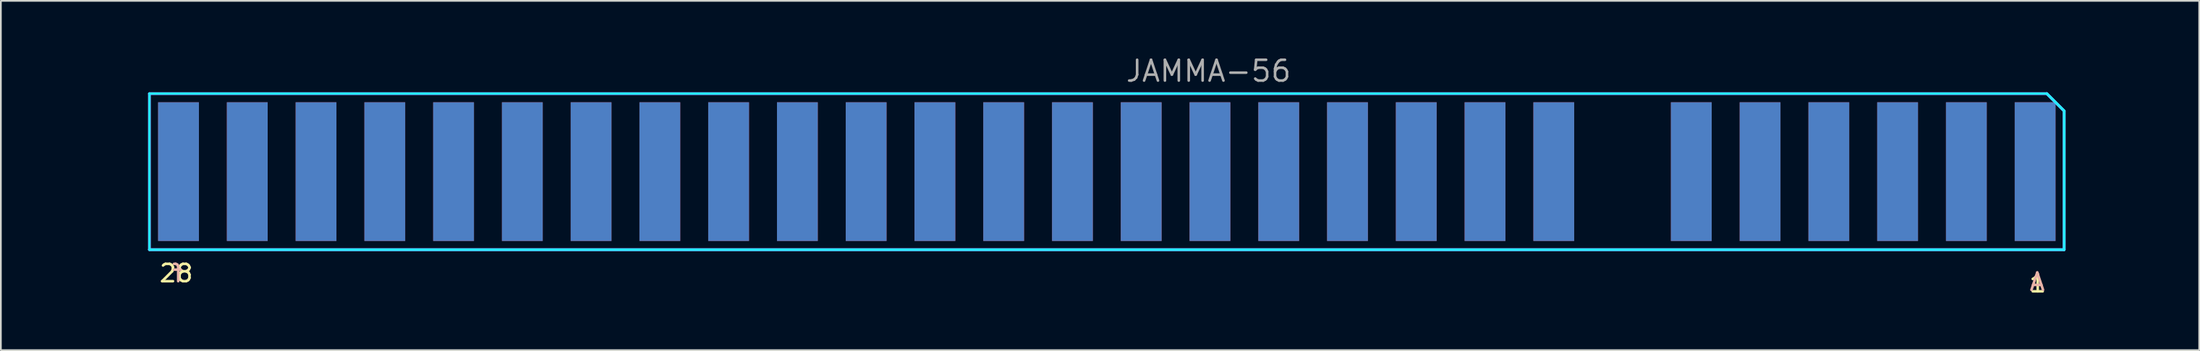
<source format=kicad_pcb>
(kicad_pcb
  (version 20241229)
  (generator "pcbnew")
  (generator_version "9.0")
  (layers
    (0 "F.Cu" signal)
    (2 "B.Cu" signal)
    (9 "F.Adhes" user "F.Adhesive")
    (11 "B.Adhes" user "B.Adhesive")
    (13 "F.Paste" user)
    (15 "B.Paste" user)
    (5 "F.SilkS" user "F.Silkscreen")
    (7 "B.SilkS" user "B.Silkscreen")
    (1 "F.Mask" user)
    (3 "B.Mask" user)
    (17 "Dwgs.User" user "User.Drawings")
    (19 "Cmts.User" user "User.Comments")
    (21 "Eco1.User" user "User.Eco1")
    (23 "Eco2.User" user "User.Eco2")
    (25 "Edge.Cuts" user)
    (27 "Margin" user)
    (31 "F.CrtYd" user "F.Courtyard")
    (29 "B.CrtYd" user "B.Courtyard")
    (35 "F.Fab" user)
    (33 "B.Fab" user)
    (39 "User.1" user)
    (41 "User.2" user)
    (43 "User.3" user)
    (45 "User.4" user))
  (footprint "JAMMA-56"
    (layer "F.Cu")
    (at 114.3 6.8)
    (property "Reference" "JAMMA-56" (at -47.75 -5.75 0) (layer "F.Fab") (effects (font (size 1.2 1.2) (thickness 0.15))))
    (attr through_hole)
    (fp_rect (start -114.25 -6.75) (end 6.25 4) (stroke (width 0.1) (type default)) (fill yes) (layer "F.Mask"))
    (fp_rect (start -114.25 -6.75) (end 6.25 4) (stroke (width 0.1) (type default)) (fill yes) (layer "B.Mask"))
    (fp_line (start -108.745 -4.45) (end 0.525 -4.45) (stroke (width 0.15) (type solid)) (layer "B.CrtYd"))
    (fp_line (start -108.745 4.55) (end -108.745 -4.45) (stroke (width 0.15) (type solid)) (layer "B.CrtYd"))
    (fp_line (start 0.525 -4.45) (end 1.525 -3.45) (stroke (width 0.15) (type solid)) (layer "B.CrtYd"))
    (fp_line (start 0.525 -4.45) (end 1.525 -3.45) (stroke (width 0.15) (type solid)) (layer "B.CrtYd"))
    (fp_line (start 1.525 -3.45) (end 1.525 4.55) (stroke (width 0.15) (type solid)) (layer "B.CrtYd"))
    (fp_line (start 1.525 -3.45) (end 1.525 4.55) (stroke (width 0.15) (type solid)) (layer "B.CrtYd"))
    (fp_line (start 1.525 4.55) (end -108.745 4.55) (stroke (width 0.15) (type solid)) (layer "B.CrtYd"))
    (fp_line (start 1.525 4.55) (end -108.745 4.55) (stroke (width 0.15) (type solid)) (layer "B.CrtYd"))
    (fp_line (start -108.745 -4.45) (end 0.525 -4.45) (stroke (width 0.15) (type solid)) (layer "F.CrtYd"))
    (fp_line (start -108.745 4.55) (end -108.745 -4.45) (stroke (width 0.15) (type solid)) (layer "F.CrtYd"))
    (fp_line (start 0.525 -4.45) (end 1.525 -3.45) (stroke (width 0.15) (type solid)) (layer "F.CrtYd"))
    (fp_line (start 0.525 -4.45) (end 1.525 -3.45) (stroke (width 0.15) (type solid)) (layer "F.CrtYd"))
    (fp_line (start 1.525 -3.45) (end 1.525 4.55) (stroke (width 0.15) (type solid)) (layer "F.CrtYd"))
    (fp_line (start 1.525 -3.45) (end 1.525 4.55) (stroke (width 0.15) (type solid)) (layer "F.CrtYd"))
    (fp_line (start 1.525 4.55) (end -108.745 4.55) (stroke (width 0.15) (type solid)) (layer "F.CrtYd"))
    (fp_line (start 1.525 4.55) (end -108.745 4.55) (stroke (width 0.15) (type solid)) (layer "F.CrtYd"))
    (fp_text user "1" (at 0 6.5 0) (unlocked yes) (layer "F.SilkS") (effects (font (size 1 1) (thickness 0.15))))
    (fp_text user "28" (at -108.25 6.5 0) (unlocked yes) (layer "F.SilkS") (effects (font (size 1 1) (thickness 0.15)) (justify left bottom)))
    (fp_text user "A" (at 0.5 7 0) (unlocked yes) (layer "B.SilkS") (effects (font (size 1 1) (thickness 0.15)) (justify left bottom mirror)))
    (fp_text user "f" (at -106.75 6.5 0) (unlocked yes) (layer "B.SilkS") (effects (font (size 1 1) (thickness 0.15)) (justify left bottom mirror)))
    (pad "1" smd rect (at -0.15 0.05) (size 2.35 8) (layers "*.Mask" "F.Cu"))
    (pad "2" smd rect (at -4.11 0.05) (size 2.35 8) (layers "*.Mask" "F.Cu"))
    (pad "3" smd rect (at -8.07 0.05) (size 2.35 8) (layers "*.Mask" "F.Cu"))
    (pad "4" smd rect (at -12.03 0.05) (size 2.35 8) (layers "*.Mask" "F.Cu"))
    (pad "5" smd rect (at -15.99 0.05) (size 2.35 8) (layers "*.Mask" "F.Cu"))
    (pad "6" smd rect (at -19.95 0.05) (size 2.35 8) (layers "*.Mask" "F.Cu"))
    (pad "8" smd rect (at -27.87 0.05) (size 2.35 8) (layers "*.Mask" "F.Cu"))
    (pad "9" smd rect (at -31.83 0.05) (size 2.35 8) (layers "*.Mask" "F.Cu"))
    (pad "10" smd rect (at -35.79 0.05) (size 2.35 8) (layers "*.Mask" "F.Cu"))
    (pad "11" smd rect (at -39.75 0.05) (size 2.35 8) (layers "*.Mask" "F.Cu"))
    (pad "12" smd rect (at -43.71 0.05) (size 2.35 8) (layers "*.Mask" "F.Cu"))
    (pad "13" smd rect (at -47.67 0.05) (size 2.35 8) (layers "*.Mask" "F.Cu"))
    (pad "14" smd rect (at -51.63 0.05) (size 2.35 8) (layers "*.Mask" "F.Cu"))
    (pad "15" smd rect (at -55.59 0.05) (size 2.35 8) (layers "*.Mask" "F.Cu"))
    (pad "16" smd rect (at -59.55 0.05) (size 2.35 8) (layers "*.Mask" "F.Cu"))
    (pad "17" smd rect (at -63.51 0.05) (size 2.35 8) (layers "*.Mask" "F.Cu"))
    (pad "18" smd rect (at -67.47 0.05) (size 2.35 8) (layers "*.Mask" "F.Cu"))
    (pad "19" smd rect (at -71.43 0.05) (size 2.35 8) (layers "*.Mask" "F.Cu"))
    (pad "20" smd rect (at -75.39 0.05) (size 2.35 8) (layers "*.Mask" "F.Cu"))
    (pad "21" smd rect (at -79.35 0.05) (size 2.35 8) (layers "*.Mask" "F.Cu"))
    (pad "22" smd rect (at -83.31 0.05) (size 2.35 8) (layers "*.Mask" "F.Cu"))
    (pad "23" smd rect (at -87.27 0.05) (size 2.35 8) (layers "*.Mask" "F.Cu"))
    (pad "24" smd rect (at -91.23 0.05) (size 2.35 8) (layers "*.Mask" "F.Cu"))
    (pad "25" smd rect (at -95.19 0.05) (size 2.35 8) (layers "*.Mask" "F.Cu"))
    (pad "26" smd rect (at -99.15 0.05) (size 2.35 8) (layers "*.Mask" "F.Cu"))
    (pad "27" smd rect (at -103.11 0.05) (size 2.35 8) (layers "*.Mask" "F.Cu"))
    (pad "28" smd rect (at -107.07 0.05) (size 2.35 8) (layers "*.Mask" "F.Cu"))
    (pad "A" smd rect (at -0.15 0.05) (size 2.35 8) (layers "*.Mask" "B.Cu"))
    (pad "B" smd rect (at -4.11 0.05) (size 2.35 8) (layers "*.Mask" "B.Cu"))
    (pad "C" smd rect (at -8.07 0.05) (size 2.35 8) (layers "*.Mask" "B.Cu"))
    (pad "D" smd rect (at -12.03 0.05) (size 2.35 8) (layers "*.Mask" "B.Cu"))
    (pad "E" smd rect (at -15.99 0.05) (size 2.35 8) (layers "*.Mask" "B.Cu"))
    (pad "F" smd rect (at -19.95 0.05) (size 2.35 8) (layers "*.Mask" "B.Cu"))
    (pad "J" smd rect (at -27.87 0.05) (size 2.35 8) (layers "*.Mask" "B.Cu"))
    (pad "K" smd rect (at -31.83 0.05) (size 2.35 8) (layers "*.Mask" "B.Cu"))
    (pad "L" smd rect (at -35.79 0.05) (size 2.35 8) (layers "*.Mask" "B.Cu"))
    (pad "M" smd rect (at -39.75 0.05) (size 2.35 8) (layers "*.Mask" "B.Cu"))
    (pad "N" smd rect (at -43.71 0.05) (size 2.35 8) (layers "*.Mask" "B.Cu"))
    (pad "P" smd rect (at -47.67 0.05) (size 2.35 8) (layers "*.Mask" "B.Cu"))
    (pad "R" smd rect (at -51.63 0.05) (size 2.35 8) (layers "*.Mask" "B.Cu"))
    (pad "S" smd rect (at -55.59 0.05) (size 2.35 8) (layers "*.Mask" "B.Cu"))
    (pad "T" smd rect (at -59.55 0.05) (size 2.35 8) (layers "*.Mask" "B.Cu"))
    (pad "U" smd rect (at -63.51 0.05) (size 2.35 8) (layers "*.Mask" "B.Cu"))
    (pad "V" smd rect (at -67.47 0.05) (size 2.35 8) (layers "*.Mask" "B.Cu"))
    (pad "W" smd rect (at -71.43 0.05) (size 2.35 8) (layers "*.Mask" "B.Cu"))
    (pad "X" smd rect (at -75.39 0.05) (size 2.35 8) (layers "*.Mask" "B.Cu"))
    (pad "Y" smd rect (at -79.35 0.05) (size 2.35 8) (layers "*.Mask" "B.Cu"))
    (pad "Z" smd rect (at -83.31 0.05) (size 2.35 8) (layers "*.Mask" "B.Cu"))
    (pad "a" smd rect (at -87.27 0.05) (size 2.35 8) (layers "*.Mask" "B.Cu"))
    (pad "b" smd rect (at -91.23 0.05) (size 2.35 8) (layers "*.Mask" "B.Cu"))
    (pad "c" smd rect (at -95.19 0.05) (size 2.35 8) (layers "*.Mask" "B.Cu"))
    (pad "d" smd rect (at -99.15 0.05) (size 2.35 8) (layers "*.Mask" "B.Cu"))
    (pad "e" smd rect (at -103.11 0.05) (size 2.35 8) (layers "*.Mask" "B.Cu"))
    (pad "f" smd rect (at -107.07 0.05) (size 2.35 8) (layers "*.Mask" "B.Cu")))
  (gr_rect
    (start -3 -3)
    (end 123.6 17.148)
    (stroke (width 0.1) (type default))
    (fill no)
    (layer "Edge.Cuts")))
</source>
